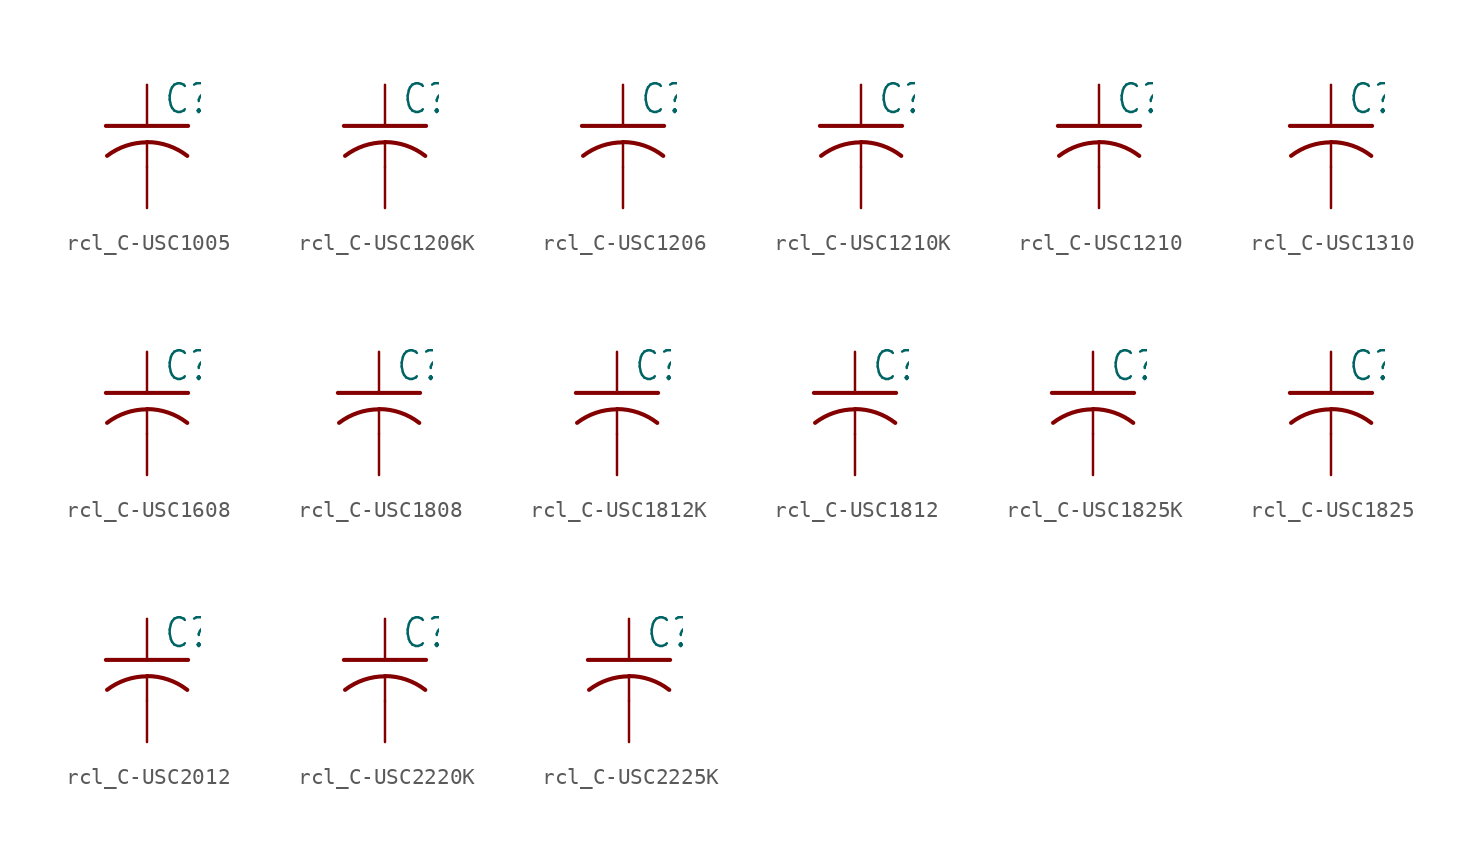
<source format=kicad_sym>
(kicad_symbol_lib
  (version 20241209)
  (generator "kicad_symbol_editor")
  (generator_version "9.0")
  (symbol "rcl_C-USC1005"
    (property "Reference" "C"
      (at 1.016 0.635 0)
      (effects (font (size 1.778 1.511)) (justify left bottom)))
    (property "Value" ""
      (at 1.016 -4.191 0)
      (effects (font (size 1.778 1.511)) (justify left bottom)))
    (property "ki_locked" ""
      (at 0 0 0)
      (effects (font (size 1.27 1.27))))
    (symbol "rcl_C-USC1005_1_0"
      (polyline (pts (xy -2.54 0) (xy 2.54 0)) (stroke (width 0.254) (type solid)) (fill (type none)))
      (polyline (pts (xy 0 -1.016) (xy 0 -2.54)) (stroke (width 0.152) (type solid)) (fill (type none)))
      (arc (start 0 -1) (mid 1.3158 -1.2195) (end 2.4892 -1.8541) (stroke (width 0.254) (type solid)) (fill (type none)))
      (arc (start -2.4668 -1.8504) (mid -1.302 -1.2303) (end 0 -1.0161) (stroke (width 0.254) (type solid)) (fill (type none)))
      (pin passive line (at 0 2.54 270) (length 2.54) (name "1" (effects (font (size 0 0)))) (number "1" (effects (font (size 0 0)))))
      (pin passive line (at 0 -5.08 90) (length 2.54) (name "2" (effects (font (size 0 0)))) (number "2" (effects (font (size 0 0)))))))
  (symbol "rcl_C-USC1206K"
    (property "Reference" "C"
      (at 1.016 0.635 0)
      (effects (font (size 1.778 1.511)) (justify left bottom)))
    (property "Value" ""
      (at 1.016 -4.191 0)
      (effects (font (size 1.778 1.511)) (justify left bottom)))
    (property "ki_locked" ""
      (at 0 0 0)
      (effects (font (size 1.27 1.27))))
    (symbol "rcl_C-USC1206K_1_0"
      (polyline (pts (xy -2.54 0) (xy 2.54 0)) (stroke (width 0.254) (type solid)) (fill (type none)))
      (polyline (pts (xy 0 -1.016) (xy 0 -2.54)) (stroke (width 0.152) (type solid)) (fill (type none)))
      (arc (start 0 -1) (mid 1.3158 -1.2195) (end 2.4892 -1.8541) (stroke (width 0.254) (type solid)) (fill (type none)))
      (arc (start -2.4668 -1.8504) (mid -1.302 -1.2303) (end 0 -1.0161) (stroke (width 0.254) (type solid)) (fill (type none)))
      (pin passive line (at 0 2.54 270) (length 2.54) (name "1" (effects (font (size 0 0)))) (number "1" (effects (font (size 0 0)))))
      (pin passive line (at 0 -5.08 90) (length 2.54) (name "2" (effects (font (size 0 0)))) (number "2" (effects (font (size 0 0)))))))
  (symbol "rcl_C-USC1206"
    (property "Reference" "C"
      (at 1.016 0.635 0)
      (effects (font (size 1.778 1.511)) (justify left bottom)))
    (property "Value" ""
      (at 1.016 -4.191 0)
      (effects (font (size 1.778 1.511)) (justify left bottom)))
    (property "ki_locked" ""
      (at 0 0 0)
      (effects (font (size 1.27 1.27))))
    (symbol "rcl_C-USC1206_1_0"
      (polyline (pts (xy -2.54 0) (xy 2.54 0)) (stroke (width 0.254) (type solid)) (fill (type none)))
      (polyline (pts (xy 0 -1.016) (xy 0 -2.54)) (stroke (width 0.152) (type solid)) (fill (type none)))
      (arc (start 0 -1) (mid 1.3158 -1.2195) (end 2.4892 -1.8541) (stroke (width 0.254) (type solid)) (fill (type none)))
      (arc (start -2.4668 -1.8504) (mid -1.302 -1.2303) (end 0 -1.0161) (stroke (width 0.254) (type solid)) (fill (type none)))
      (pin passive line (at 0 2.54 270) (length 2.54) (name "1" (effects (font (size 0 0)))) (number "1" (effects (font (size 0 0)))))
      (pin passive line (at 0 -5.08 90) (length 2.54) (name "2" (effects (font (size 0 0)))) (number "2" (effects (font (size 0 0)))))))
  (symbol "rcl_C-USC1210K"
    (property "Reference" "C"
      (at 1.016 0.635 0)
      (effects (font (size 1.778 1.511)) (justify left bottom)))
    (property "Value" ""
      (at 1.016 -4.191 0)
      (effects (font (size 1.778 1.511)) (justify left bottom)))
    (property "ki_locked" ""
      (at 0 0 0)
      (effects (font (size 1.27 1.27))))
    (symbol "rcl_C-USC1210K_1_0"
      (polyline (pts (xy -2.54 0) (xy 2.54 0)) (stroke (width 0.254) (type solid)) (fill (type none)))
      (polyline (pts (xy 0 -1.016) (xy 0 -2.54)) (stroke (width 0.152) (type solid)) (fill (type none)))
      (arc (start 0 -1) (mid 1.3158 -1.2195) (end 2.4892 -1.8541) (stroke (width 0.254) (type solid)) (fill (type none)))
      (arc (start -2.4668 -1.8504) (mid -1.302 -1.2303) (end 0 -1.0161) (stroke (width 0.254) (type solid)) (fill (type none)))
      (pin passive line (at 0 2.54 270) (length 2.54) (name "1" (effects (font (size 0 0)))) (number "1" (effects (font (size 0 0)))))
      (pin passive line (at 0 -5.08 90) (length 2.54) (name "2" (effects (font (size 0 0)))) (number "2" (effects (font (size 0 0)))))))
  (symbol "rcl_C-USC1210"
    (property "Reference" "C"
      (at 1.016 0.635 0)
      (effects (font (size 1.778 1.511)) (justify left bottom)))
    (property "Value" ""
      (at 1.016 -4.191 0)
      (effects (font (size 1.778 1.511)) (justify left bottom)))
    (property "ki_locked" ""
      (at 0 0 0)
      (effects (font (size 1.27 1.27))))
    (symbol "rcl_C-USC1210_1_0"
      (polyline (pts (xy -2.54 0) (xy 2.54 0)) (stroke (width 0.254) (type solid)) (fill (type none)))
      (polyline (pts (xy 0 -1.016) (xy 0 -2.54)) (stroke (width 0.152) (type solid)) (fill (type none)))
      (arc (start 0 -1) (mid 1.3158 -1.2195) (end 2.4892 -1.8541) (stroke (width 0.254) (type solid)) (fill (type none)))
      (arc (start -2.4668 -1.8504) (mid -1.302 -1.2303) (end 0 -1.0161) (stroke (width 0.254) (type solid)) (fill (type none)))
      (pin passive line (at 0 2.54 270) (length 2.54) (name "1" (effects (font (size 0 0)))) (number "1" (effects (font (size 0 0)))))
      (pin passive line (at 0 -5.08 90) (length 2.54) (name "2" (effects (font (size 0 0)))) (number "2" (effects (font (size 0 0)))))))
  (symbol "rcl_C-USC1310"
    (property "Reference" "C"
      (at 1.016 0.635 0)
      (effects (font (size 1.778 1.511)) (justify left bottom)))
    (property "Value" ""
      (at 1.016 -4.191 0)
      (effects (font (size 1.778 1.511)) (justify left bottom)))
    (property "ki_locked" ""
      (at 0 0 0)
      (effects (font (size 1.27 1.27))))
    (symbol "rcl_C-USC1310_1_0"
      (polyline (pts (xy -2.54 0) (xy 2.54 0)) (stroke (width 0.254) (type solid)) (fill (type none)))
      (polyline (pts (xy 0 -1.016) (xy 0 -2.54)) (stroke (width 0.152) (type solid)) (fill (type none)))
      (arc (start 0 -1) (mid 1.3158 -1.2195) (end 2.4892 -1.8541) (stroke (width 0.254) (type solid)) (fill (type none)))
      (arc (start -2.4668 -1.8504) (mid -1.302 -1.2303) (end 0 -1.0161) (stroke (width 0.254) (type solid)) (fill (type none)))
      (pin passive line (at 0 2.54 270) (length 2.54) (name "1" (effects (font (size 0 0)))) (number "1" (effects (font (size 0 0)))))
      (pin passive line (at 0 -5.08 90) (length 2.54) (name "2" (effects (font (size 0 0)))) (number "2" (effects (font (size 0 0)))))))
  (symbol "rcl_C-USC1608"
    (property "Reference" "C"
      (at 1.016 0.635 0)
      (effects (font (size 1.778 1.511)) (justify left bottom)))
    (property "Value" ""
      (at 1.016 -4.191 0)
      (effects (font (size 1.778 1.511)) (justify left bottom)))
    (property "ki_locked" ""
      (at 0 0 0)
      (effects (font (size 1.27 1.27))))
    (symbol "rcl_C-USC1608_1_0"
      (polyline (pts (xy -2.54 0) (xy 2.54 0)) (stroke (width 0.254) (type solid)) (fill (type none)))
      (polyline (pts (xy 0 -1.016) (xy 0 -2.54)) (stroke (width 0.152) (type solid)) (fill (type none)))
      (arc (start 0 -1) (mid 1.3158 -1.2195) (end 2.4892 -1.8541) (stroke (width 0.254) (type solid)) (fill (type none)))
      (arc (start -2.4668 -1.8504) (mid -1.302 -1.2303) (end 0 -1.0161) (stroke (width 0.254) (type solid)) (fill (type none)))
      (pin passive line (at 0 2.54 270) (length 2.54) (name "1" (effects (font (size 0 0)))) (number "1" (effects (font (size 0 0)))))
      (pin passive line (at 0 -5.08 90) (length 2.54) (name "2" (effects (font (size 0 0)))) (number "2" (effects (font (size 0 0)))))))
  (symbol "rcl_C-USC1808"
    (property "Reference" "C"
      (at 1.016 0.635 0)
      (effects (font (size 1.778 1.511)) (justify left bottom)))
    (property "Value" ""
      (at 1.016 -4.191 0)
      (effects (font (size 1.778 1.511)) (justify left bottom)))
    (property "ki_locked" ""
      (at 0 0 0)
      (effects (font (size 1.27 1.27))))
    (symbol "rcl_C-USC1808_1_0"
      (polyline (pts (xy -2.54 0) (xy 2.54 0)) (stroke (width 0.254) (type solid)) (fill (type none)))
      (polyline (pts (xy 0 -1.016) (xy 0 -2.54)) (stroke (width 0.152) (type solid)) (fill (type none)))
      (arc (start 0 -1) (mid 1.3158 -1.2195) (end 2.4892 -1.8541) (stroke (width 0.254) (type solid)) (fill (type none)))
      (arc (start -2.4668 -1.8504) (mid -1.302 -1.2303) (end 0 -1.0161) (stroke (width 0.254) (type solid)) (fill (type none)))
      (pin passive line (at 0 2.54 270) (length 2.54) (name "1" (effects (font (size 0 0)))) (number "1" (effects (font (size 0 0)))))
      (pin passive line (at 0 -5.08 90) (length 2.54) (name "2" (effects (font (size 0 0)))) (number "2" (effects (font (size 0 0)))))))
  (symbol "rcl_C-USC1812K"
    (property "Reference" "C"
      (at 1.016 0.635 0)
      (effects (font (size 1.778 1.511)) (justify left bottom)))
    (property "Value" ""
      (at 1.016 -4.191 0)
      (effects (font (size 1.778 1.511)) (justify left bottom)))
    (property "ki_locked" ""
      (at 0 0 0)
      (effects (font (size 1.27 1.27))))
    (symbol "rcl_C-USC1812K_1_0"
      (polyline (pts (xy -2.54 0) (xy 2.54 0)) (stroke (width 0.254) (type solid)) (fill (type none)))
      (polyline (pts (xy 0 -1.016) (xy 0 -2.54)) (stroke (width 0.152) (type solid)) (fill (type none)))
      (arc (start 0 -1) (mid 1.3158 -1.2195) (end 2.4892 -1.8541) (stroke (width 0.254) (type solid)) (fill (type none)))
      (arc (start -2.4668 -1.8504) (mid -1.302 -1.2303) (end 0 -1.0161) (stroke (width 0.254) (type solid)) (fill (type none)))
      (pin passive line (at 0 2.54 270) (length 2.54) (name "1" (effects (font (size 0 0)))) (number "1" (effects (font (size 0 0)))))
      (pin passive line (at 0 -5.08 90) (length 2.54) (name "2" (effects (font (size 0 0)))) (number "2" (effects (font (size 0 0)))))))
  (symbol "rcl_C-USC1812"
    (property "Reference" "C"
      (at 1.016 0.635 0)
      (effects (font (size 1.778 1.511)) (justify left bottom)))
    (property "Value" ""
      (at 1.016 -4.191 0)
      (effects (font (size 1.778 1.511)) (justify left bottom)))
    (property "ki_locked" ""
      (at 0 0 0)
      (effects (font (size 1.27 1.27))))
    (symbol "rcl_C-USC1812_1_0"
      (polyline (pts (xy -2.54 0) (xy 2.54 0)) (stroke (width 0.254) (type solid)) (fill (type none)))
      (polyline (pts (xy 0 -1.016) (xy 0 -2.54)) (stroke (width 0.152) (type solid)) (fill (type none)))
      (arc (start 0 -1) (mid 1.3158 -1.2195) (end 2.4892 -1.8541) (stroke (width 0.254) (type solid)) (fill (type none)))
      (arc (start -2.4668 -1.8504) (mid -1.302 -1.2303) (end 0 -1.0161) (stroke (width 0.254) (type solid)) (fill (type none)))
      (pin passive line (at 0 2.54 270) (length 2.54) (name "1" (effects (font (size 0 0)))) (number "1" (effects (font (size 0 0)))))
      (pin passive line (at 0 -5.08 90) (length 2.54) (name "2" (effects (font (size 0 0)))) (number "2" (effects (font (size 0 0)))))))
  (symbol "rcl_C-USC1825K"
    (property "Reference" "C"
      (at 1.016 0.635 0)
      (effects (font (size 1.778 1.511)) (justify left bottom)))
    (property "Value" ""
      (at 1.016 -4.191 0)
      (effects (font (size 1.778 1.511)) (justify left bottom)))
    (property "ki_locked" ""
      (at 0 0 0)
      (effects (font (size 1.27 1.27))))
    (symbol "rcl_C-USC1825K_1_0"
      (polyline (pts (xy -2.54 0) (xy 2.54 0)) (stroke (width 0.254) (type solid)) (fill (type none)))
      (polyline (pts (xy 0 -1.016) (xy 0 -2.54)) (stroke (width 0.152) (type solid)) (fill (type none)))
      (arc (start 0 -1) (mid 1.3158 -1.2195) (end 2.4892 -1.8541) (stroke (width 0.254) (type solid)) (fill (type none)))
      (arc (start -2.4668 -1.8504) (mid -1.302 -1.2303) (end 0 -1.0161) (stroke (width 0.254) (type solid)) (fill (type none)))
      (pin passive line (at 0 2.54 270) (length 2.54) (name "1" (effects (font (size 0 0)))) (number "1" (effects (font (size 0 0)))))
      (pin passive line (at 0 -5.08 90) (length 2.54) (name "2" (effects (font (size 0 0)))) (number "2" (effects (font (size 0 0)))))))
  (symbol "rcl_C-USC1825"
    (property "Reference" "C"
      (at 1.016 0.635 0)
      (effects (font (size 1.778 1.511)) (justify left bottom)))
    (property "Value" ""
      (at 1.016 -4.191 0)
      (effects (font (size 1.778 1.511)) (justify left bottom)))
    (property "ki_locked" ""
      (at 0 0 0)
      (effects (font (size 1.27 1.27))))
    (symbol "rcl_C-USC1825_1_0"
      (polyline (pts (xy -2.54 0) (xy 2.54 0)) (stroke (width 0.254) (type solid)) (fill (type none)))
      (polyline (pts (xy 0 -1.016) (xy 0 -2.54)) (stroke (width 0.152) (type solid)) (fill (type none)))
      (arc (start 0 -1) (mid 1.3158 -1.2195) (end 2.4892 -1.8541) (stroke (width 0.254) (type solid)) (fill (type none)))
      (arc (start -2.4668 -1.8504) (mid -1.302 -1.2303) (end 0 -1.0161) (stroke (width 0.254) (type solid)) (fill (type none)))
      (pin passive line (at 0 2.54 270) (length 2.54) (name "1" (effects (font (size 0 0)))) (number "1" (effects (font (size 0 0)))))
      (pin passive line (at 0 -5.08 90) (length 2.54) (name "2" (effects (font (size 0 0)))) (number "2" (effects (font (size 0 0)))))))
  (symbol "rcl_C-USC2012"
    (property "Reference" "C"
      (at 1.016 0.635 0)
      (effects (font (size 1.778 1.511)) (justify left bottom)))
    (property "Value" ""
      (at 1.016 -4.191 0)
      (effects (font (size 1.778 1.511)) (justify left bottom)))
    (property "ki_locked" ""
      (at 0 0 0)
      (effects (font (size 1.27 1.27))))
    (symbol "rcl_C-USC2012_1_0"
      (polyline (pts (xy -2.54 0) (xy 2.54 0)) (stroke (width 0.254) (type solid)) (fill (type none)))
      (polyline (pts (xy 0 -1.016) (xy 0 -2.54)) (stroke (width 0.152) (type solid)) (fill (type none)))
      (arc (start 0 -1) (mid 1.3158 -1.2195) (end 2.4892 -1.8541) (stroke (width 0.254) (type solid)) (fill (type none)))
      (arc (start -2.4668 -1.8504) (mid -1.302 -1.2303) (end 0 -1.0161) (stroke (width 0.254) (type solid)) (fill (type none)))
      (pin passive line (at 0 2.54 270) (length 2.54) (name "1" (effects (font (size 0 0)))) (number "1" (effects (font (size 0 0)))))
      (pin passive line (at 0 -5.08 90) (length 2.54) (name "2" (effects (font (size 0 0)))) (number "2" (effects (font (size 0 0)))))))
  (symbol "rcl_C-USC2220K"
    (property "Reference" "C"
      (at 1.016 0.635 0)
      (effects (font (size 1.778 1.511)) (justify left bottom)))
    (property "Value" ""
      (at 1.016 -4.191 0)
      (effects (font (size 1.778 1.511)) (justify left bottom)))
    (property "ki_locked" ""
      (at 0 0 0)
      (effects (font (size 1.27 1.27))))
    (symbol "rcl_C-USC2220K_1_0"
      (polyline (pts (xy -2.54 0) (xy 2.54 0)) (stroke (width 0.254) (type solid)) (fill (type none)))
      (polyline (pts (xy 0 -1.016) (xy 0 -2.54)) (stroke (width 0.152) (type solid)) (fill (type none)))
      (arc (start 0 -1) (mid 1.3158 -1.2195) (end 2.4892 -1.8541) (stroke (width 0.254) (type solid)) (fill (type none)))
      (arc (start -2.4668 -1.8504) (mid -1.302 -1.2303) (end 0 -1.0161) (stroke (width 0.254) (type solid)) (fill (type none)))
      (pin passive line (at 0 2.54 270) (length 2.54) (name "1" (effects (font (size 0 0)))) (number "1" (effects (font (size 0 0)))))
      (pin passive line (at 0 -5.08 90) (length 2.54) (name "2" (effects (font (size 0 0)))) (number "2" (effects (font (size 0 0)))))))
  (symbol "rcl_C-USC2225K"
    (property "Reference" "C"
      (at 1.016 0.635 0)
      (effects (font (size 1.778 1.511)) (justify left bottom)))
    (property "Value" ""
      (at 1.016 -4.191 0)
      (effects (font (size 1.778 1.511)) (justify left bottom)))
    (property "ki_locked" ""
      (at 0 0 0)
      (effects (font (size 1.27 1.27))))
    (symbol "rcl_C-USC2225K_1_0"
      (polyline (pts (xy -2.54 0) (xy 2.54 0)) (stroke (width 0.254) (type solid)) (fill (type none)))
      (polyline (pts (xy 0 -1.016) (xy 0 -2.54)) (stroke (width 0.152) (type solid)) (fill (type none)))
      (arc (start 0 -1) (mid 1.3158 -1.2195) (end 2.4892 -1.8541) (stroke (width 0.254) (type solid)) (fill (type none)))
      (arc (start -2.4668 -1.8504) (mid -1.302 -1.2303) (end 0 -1.0161) (stroke (width 0.254) (type solid)) (fill (type none)))
      (pin passive line (at 0 2.54 270) (length 2.54) (name "1" (effects (font (size 0 0)))) (number "1" (effects (font (size 0 0)))))
      (pin passive line (at 0 -5.08 90) (length 2.54) (name "2" (effects (font (size 0 0)))) (number "2" (effects (font (size 0 0))))))))
</source>
